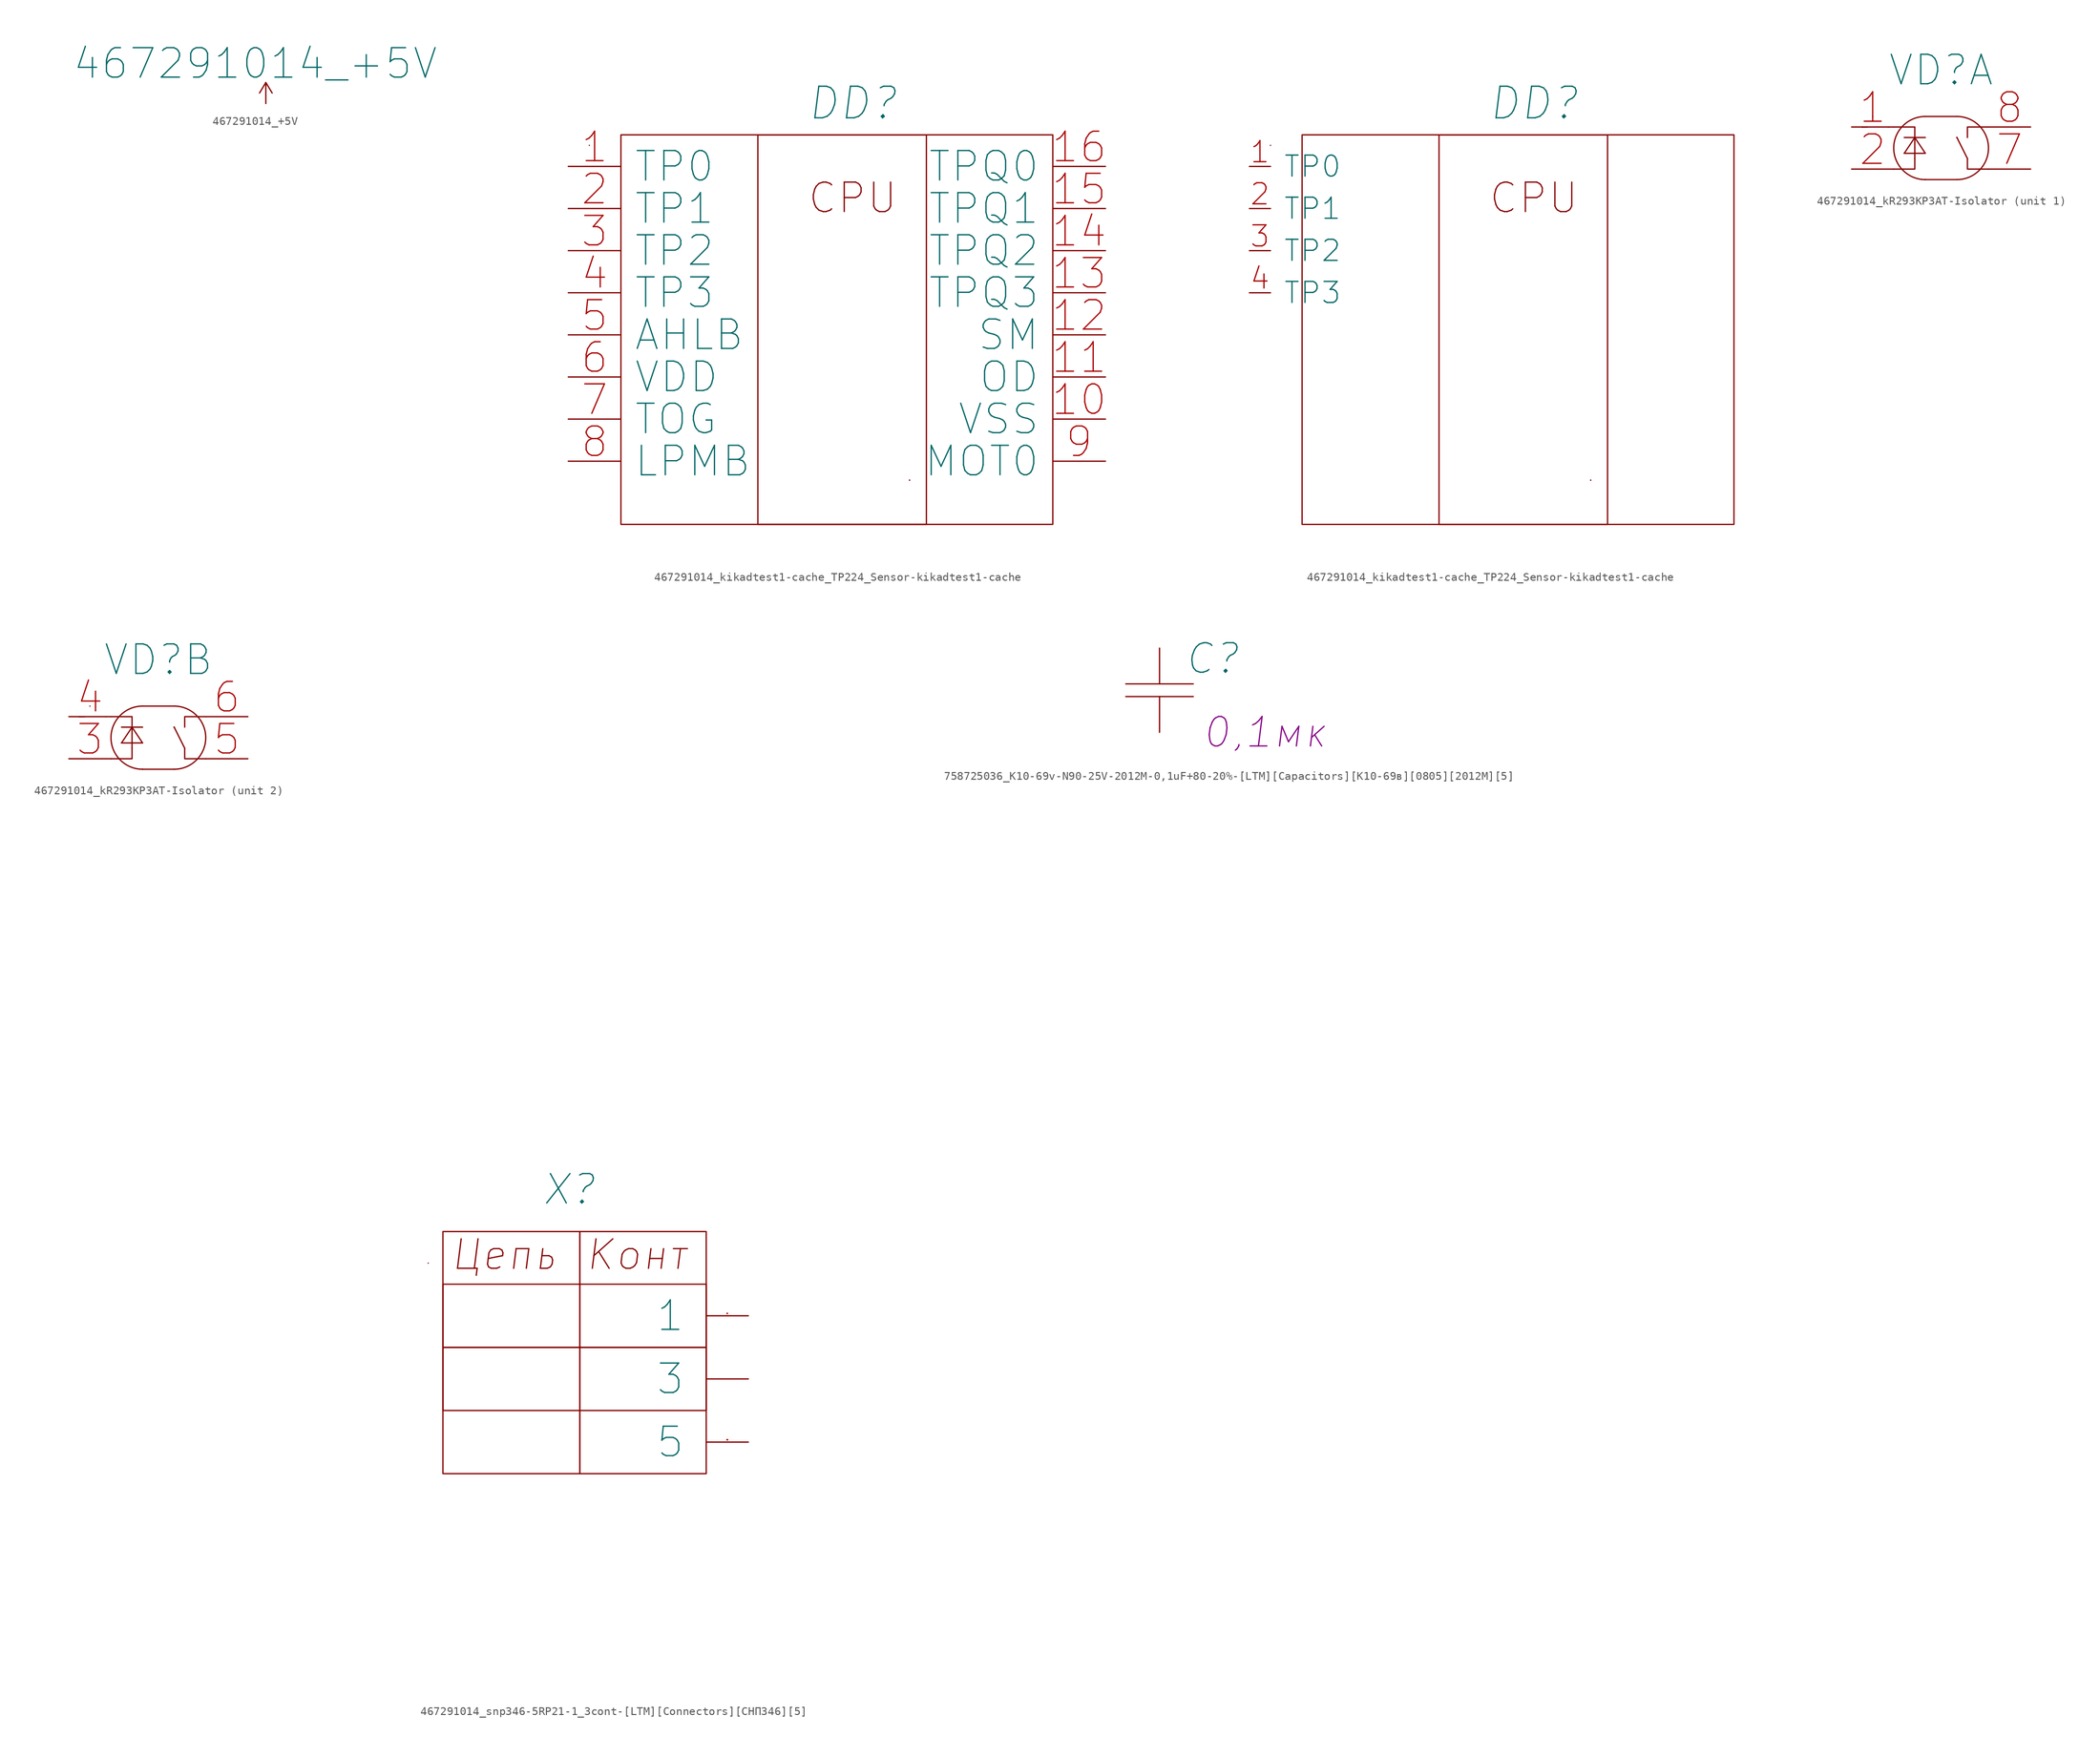
<source format=kicad_sym>
(kicad_symbol_lib
  (version 20210619)
  (generator kicad_symbol_editor)
  (symbol "467291014_+5V"
    (power)
    (pin_names
      (offset 0))
    (property "Reference" "#PWR"
      (at 0 -3.81 0)
      (effects (font (size 1.27 1.27)) hide))
    (property "Value" "467291014_+5V"
      (at -1.27 4.826 0)
      (effects (font (size 3.556 3.556))))
    (symbol "467291014_+5V_0_1"
      (polyline (pts (xy -0.762 1.27) (xy 0 2.54)) (stroke (width 0)) (fill (type none)))
      (polyline (pts (xy 0 0) (xy 0 2.54)) (stroke (width 0)) (fill (type none)))
      (polyline (pts (xy 0 2.54) (xy 0.762 1.27)) (stroke (width 0)) (fill (type none))))
    (symbol "467291014_+5V_1_1"
      (pin power_in line (at 0 0 90) (length 0) hide (name "+5V" (effects (font (size 1.27 1.27)))) (number "1" (effects (font (size 1.27 1.27)))))))
  (symbol "467291014_kikadtest1-cache_TP224_Sensor-kikadtest1-cache"
    (pin_names
      (offset 1.524))
    (property "Reference" "DD"
      (at 34.29 7.62 0)
      (effects (font (size 3.81 3.81) italic)))
    (symbol "467291014_kikadtest1-cache_TP224_Sensor-kikadtest1-cache_0_0"
      (text "CPU" (at 34.29 -3.81 0) (effects (font (size 3.556 3.556))))
      (rectangle (start 2.54 2.54) (end 2.54 2.54) (stroke (width 0)) (fill (type none)))
      (rectangle (start 6.35 -43.18) (end 58.42 3.81) (stroke (width 0)) (fill (type none)))
      (rectangle (start 22.86 -43.18) (end 43.18 3.81) (stroke (width 0)) (fill (type none)))
      (rectangle (start 41.148 -37.846) (end 41.148 -37.846) (stroke (width 0)) (fill (type none)))
      (rectangle (start 41.148 -37.846) (end 41.148 -37.846) (stroke (width 0)) (fill (type none))))
    (symbol "467291014_kikadtest1-cache_TP224_Sensor-kikadtest1-cache_0_1"
      (pin input line (at 64.77 -30.48 180) (length 6.35) (name "VSS" (effects (font (size 3.556 3.556)))) (number "10" (effects (font (size 3.556 3.556)))))
      (pin input line (at 64.77 -25.4 180) (length 6.35) (name "OD" (effects (font (size 3.556 3.556)))) (number "11" (effects (font (size 3.556 3.556)))))
      (pin input line (at 64.77 -20.32 180) (length 6.35) (name "SM" (effects (font (size 3.556 3.556)))) (number "12" (effects (font (size 3.556 3.556)))))
      (pin input line (at 64.77 -15.24 180) (length 6.35) (name "TPQ3" (effects (font (size 3.556 3.556)))) (number "13" (effects (font (size 3.556 3.556)))))
      (pin input line (at 64.77 -10.16 180) (length 6.35) (name "TPQ2" (effects (font (size 3.556 3.556)))) (number "14" (effects (font (size 3.556 3.556)))))
      (pin input line (at 64.77 -5.08 180) (length 6.35) (name "TPQ1" (effects (font (size 3.556 3.556)))) (number "15" (effects (font (size 3.556 3.556)))))
      (pin input line (at 64.77 0 180) (length 6.35) (name "TPQ0" (effects (font (size 3.556 3.556)))) (number "16" (effects (font (size 3.556 3.556)))))
      (pin input line (at 0 -5.08 0) (length 6.35) (name "TP1" (effects (font (size 3.556 3.556)))) (number "2" (effects (font (size 3.556 3.556)))))
      (pin input line (at 0 -10.16 0) (length 6.35) (name "TP2" (effects (font (size 3.556 3.556)))) (number "3" (effects (font (size 3.556 3.556)))))
      (pin input line (at 0 -15.24 0) (length 6.35) (name "TP3" (effects (font (size 3.556 3.556)))) (number "4" (effects (font (size 3.556 3.556)))))
      (pin input line (at 0 -20.32 0) (length 6.35) (name "AHLB" (effects (font (size 3.556 3.556)))) (number "5" (effects (font (size 3.556 3.556)))))
      (pin input line (at 0 -25.4 0) (length 6.35) (name "VDD" (effects (font (size 3.556 3.556)))) (number "6" (effects (font (size 3.556 3.556)))))
      (pin input line (at 0 -30.48 0) (length 6.35) (name "TOG" (effects (font (size 3.556 3.556)))) (number "7" (effects (font (size 3.556 3.556)))))
      (pin input line (at 0 -35.56 0) (length 6.35) (name "LPMB" (effects (font (size 3.556 3.556)))) (number "8" (effects (font (size 3.556 3.556)))))
      (pin input line (at 64.77 -35.56 180) (length 6.35) (name "MOT0" (effects (font (size 3.556 3.556)))) (number "9" (effects (font (size 3.556 3.556))))))
    (symbol "467291014_kikadtest1-cache_TP224_Sensor-kikadtest1-cache_0_2"
      (pin input line (at 0 -5.08 0) (length 2.54) (name "TP1" (effects (font (size 2.54 2.54)))) (number "2" (effects (font (size 2.54 2.54)))))
      (pin input line (at 0 -10.16 0) (length 2.54) (name "TP2" (effects (font (size 2.54 2.54)))) (number "3" (effects (font (size 2.54 2.54)))))
      (pin input line (at 0 -15.24 0) (length 2.54) (name "TP3" (effects (font (size 2.54 2.54)))) (number "4" (effects (font (size 2.54 2.54))))))
    (symbol "467291014_kikadtest1-cache_TP224_Sensor-kikadtest1-cache_1_1"
      (pin input line (at 0 0 0) (length 6.35) (name "TP0" (effects (font (size 3.556 3.556)))) (number "1" (effects (font (size 3.556 3.556))))))
    (symbol "467291014_kikadtest1-cache_TP224_Sensor-kikadtest1-cache_1_2"
      (pin input line (at 0 0 0) (length 2.54) (name "TP0" (effects (font (size 2.54 2.54)))) (number "1" (effects (font (size 2.54 2.54)))))))
  (symbol "467291014_kR293KP3AT-Isolator"
    (pin_names
      (offset 1.016))
    (property "Reference" "VD"
      (at 10.795 6.858 0)
      (effects (font (size 3.556 3.556))))
    (symbol "467291014_kR293KP3AT-Isolator_0_1"
      (arc (start 8.89 1.27) (end 8.89 -6.35) (radius (at 8.89 -2.54) (length 3.81) (angles 90.1 -90.1)) (stroke (width 0)) (fill (type none)))
      (arc (start 12.7 -6.35) (end 12.7 1.27) (radius (at 12.7 -2.54) (length 3.81) (angles -89.9 89.9)) (stroke (width 0)) (fill (type none)))
      (polyline (pts (xy 1.27 0) (xy 1.27 0)) (stroke (width 0)) (fill (type none)))
      (polyline (pts (xy 1.27 0) (xy 1.27 0)) (stroke (width 0)) (fill (type none)))
      (polyline (pts (xy 1.905 0) (xy 1.27 0)) (stroke (width 0)) (fill (type none)))
      (polyline (pts (xy 2.54 1.27) (xy 2.54 1.27)) (stroke (width 0)) (fill (type none)))
      (polyline (pts (xy 4.445 0) (xy 4.445 0)) (stroke (width 0)) (fill (type none)))
      (polyline (pts (xy 4.445 0) (xy 4.445 0)) (stroke (width 0)) (fill (type none)))
      (polyline (pts (xy 6.35 -3.175) (xy 6.35 -3.175)) (stroke (width 0)) (fill (type none)))
      (polyline (pts (xy 6.35 -1.27) (xy 8.89 -1.27)) (stroke (width 0)) (fill (type none)))
      (polyline (pts (xy 7.62 -1.27) (xy 6.35 -3.175)) (stroke (width 0)) (fill (type none)))
      (polyline (pts (xy 7.62 -1.27) (xy 7.62 -3.81)) (stroke (width 0)) (fill (type none)))
      (polyline (pts (xy 7.62 -1.27) (xy 7.62 -1.27)) (stroke (width 0)) (fill (type none)))
      (polyline (pts (xy 8.89 -6.35) (xy 8.89 -6.35)) (stroke (width 0)) (fill (type none)))
      (polyline (pts (xy 8.89 -6.35) (xy 12.7 -6.35)) (stroke (width 0)) (fill (type none)))
      (polyline (pts (xy 8.89 -3.175) (xy 6.35 -3.175)) (stroke (width 0)) (fill (type none)))
      (polyline (pts (xy 8.89 -3.175) (xy 7.62 -1.27)) (stroke (width 0)) (fill (type none)))
      (polyline (pts (xy 12.7 -1.27) (xy 12.7 -1.27)) (stroke (width 0)) (fill (type none)))
      (polyline (pts (xy 12.7 -1.27) (xy 12.7 -1.27)) (stroke (width 0)) (fill (type none)))
      (polyline (pts (xy 12.7 -1.27) (xy 12.7 -1.27)) (stroke (width 0)) (fill (type none)))
      (polyline (pts (xy 12.7 -1.27) (xy 12.7 -1.27)) (stroke (width 0)) (fill (type none)))
      (polyline (pts (xy 12.7 -1.27) (xy 12.7 -1.27)) (stroke (width 0)) (fill (type none)))
      (polyline (pts (xy 12.7 -1.27) (xy 12.7 -1.27)) (stroke (width 0)) (fill (type none)))
      (polyline (pts (xy 12.7 1.27) (xy 8.89 1.27)) (stroke (width 0)) (fill (type none)))
      (polyline (pts (xy 13.97 -3.81) (xy 12.7 -1.27)) (stroke (width 0)) (fill (type none)))
      (polyline (pts (xy 5.08 -5.08) (xy 7.62 -5.08) (xy 7.62 -3.81)) (stroke (width 0)) (fill (type none)))
      (polyline (pts (xy 5.08 0) (xy 7.62 0) (xy 7.62 -1.27)) (stroke (width 0)) (fill (type none)))
      (polyline (pts (xy 16.51 -5.08) (xy 13.97 -5.08) (xy 13.97 -3.81)) (stroke (width 0)) (fill (type none)))
      (polyline (pts (xy 16.51 0) (xy 13.97 0) (xy 13.97 -1.27)) (stroke (width 0)) (fill (type none))))
    (symbol "467291014_kR293KP3AT-Isolator_1_1"
      (pin input line (at 0 0 0) (length 5.08) (name "~" (effects (font (size 3.556 3.556)))) (number "1" (effects (font (size 3.556 3.556)))))
      (pin input line (at 0 -5.08 0) (length 5.08) (name "~" (effects (font (size 3.556 3.556)))) (number "2" (effects (font (size 3.556 3.556)))))
      (pin input line (at 21.59 -5.08 180) (length 5.08) (name "~" (effects (font (size 3.556 3.556)))) (number "7" (effects (font (size 3.556 3.556)))))
      (pin input line (at 21.59 0 180) (length 5.08) (name "~" (effects (font (size 3.556 3.556)))) (number "8" (effects (font (size 3.556 3.556))))))
    (symbol "467291014_kR293KP3AT-Isolator_2_1"
      (pin input line (at 0 -5.08 0) (length 5.08) (name "~" (effects (font (size 3.556 3.556)))) (number "3" (effects (font (size 3.556 3.556)))))
      (pin input line (at 0 0 0) (length 5.08) (name "~" (effects (font (size 3.556 3.556)))) (number "4" (effects (font (size 3.556 3.556)))))
      (pin input line (at 21.59 -5.08 180) (length 5.08) (name "~" (effects (font (size 3.556 3.556)))) (number "5" (effects (font (size 3.556 3.556)))))
      (pin input line (at 21.59 0 180) (length 5.08) (name "~" (effects (font (size 3.556 3.556)))) (number "6" (effects (font (size 3.556 3.556)))))))
  (symbol "467291014_snp346-5RP21-1_3cont-[LTM][Connectors][СНП346][5]"
    (pin_names
      (offset 2.54))
    (property "Reference" "X"
      (at -21.59 15.24 0)
      (effects (font (size 3.556 3.556) italic)))
    (property "PIN1" "  "
      (at -8.89 5.334 0)
      (effects (font (size 2.007 2.007) italic)))
    (property "PIN2" "   "
      (at -41.91 0 0)
      (effects (font (size 2.007 2.007) italic)))
    (property "PIN3" " "
      (at -41.91 -5.08 0)
      (effects (font (size 2.007 2.007) italic)))
    (property "PIN4" "  "
      (at -44.45 71.12 0)
      (effects (font (size 2.007 2.007) italic)))
    (property "PIN5" " "
      (at -44.45 66.04 0)
      (effects (font (size 2.007 2.007) italic)))
    (symbol "467291014_snp346-5RP21-1_3cont-[LTM][Connectors][СНП346][5]_0_0"
      (pin passive line (at 0 0 180) (length 5.08) (name "1" (effects (font (size 3.556 3.556)))) (number "1" (effects (font (size 0.025 0.025)))))
      (pin passive line (at 0 -7.62 180) (length 5.08) (name "3" (effects (font (size 3.556 3.556)))) (number "3" (effects (font (size 0 0)))))
      (pin passive line (at 0 -15.24 180) (length 5.08) (name "5" (effects (font (size 3.556 3.556)))) (number "5" (effects (font (size 0.025 0.025))))))
    (symbol "467291014_snp346-5RP21-1_3cont-[LTM][Connectors][СНП346][5]_1_1"
      (text " " (at 9.906 -12.7 0) (effects (font (size 2.007 2.007) italic)))
      (text " " (at 9.906 -7.62 0) (effects (font (size 2.007 2.007) italic)))
      (text " " (at 9.906 -2.54 0) (effects (font (size 2.007 2.007) italic)))
      (text " " (at 9.906 2.54 0) (effects (font (size 2.007 2.007) italic)))
      (text " " (at 9.906 17.78 0) (effects (font (size 2.007 2.007) italic)))
      (text " " (at 12.446 -34.29 0) (effects (font (size 2.007 2.007) italic)))
      (text " " (at 12.446 -29.21 0) (effects (font (size 2.007 2.007) italic)))
      (text " " (at 12.446 -24.13 0) (effects (font (size 2.007 2.007) italic)))
      (text "Конт" (at -13.462 7.366 0) (effects (font (size 3.556 3.556) italic)))
      (text "Цепь" (at -29.464 7.366 0) (effects (font (size 3.556 3.556) italic)))
      (rectangle (start -38.608 6.35) (end -38.608 6.35) (stroke (width 0)) (fill (type none)))
      (rectangle (start -36.83 -3.81) (end -5.08 -11.43) (stroke (width 0)) (fill (type none)))
      (rectangle (start -36.83 3.81) (end -5.08 -3.81) (stroke (width 0)) (fill (type none)))
      (rectangle (start -36.83 10.16) (end -20.32 -19.05) (stroke (width 0)) (fill (type none)))
      (rectangle (start -20.32 10.16) (end -5.08 -19.05) (stroke (width 0)) (fill (type none)))))
  (symbol "758725036_K10-69v-N90-25V-2012M-0,1uF+80-20%-[LTM][Capacitors][К10-69в][0805][2012M][5]"
    (pin_numbers hide)
    (pin_names
      (offset 0) hide)
    (property "Reference" "C"
      (at 6.35 3.81 0)
      (effects (font (size 3.556 3.556) italic)))
    (property "ValueName" "0,1мк"
      (at 12.7 -5.08 0)
      (effects (font (size 3.556 3.556) italic)))
    (symbol "758725036_K10-69v-N90-25V-2012M-0,1uF+80-20%-[LTM][Capacitors][К10-69в][0805][2012M][5]_0_1"
      (polyline (pts (xy -4.064 -0.762) (xy 4.064 -0.762)) (stroke (width 0)) (fill (type none)))
      (polyline (pts (xy -4.064 0.762) (xy 4.064 0.762)) (stroke (width 0)) (fill (type none))))
    (symbol "758725036_K10-69v-N90-25V-2012M-0,1uF+80-20%-[LTM][Capacitors][К10-69в][0805][2012M][5]_1_1"
      (pin passive line (at 0 -5.08 90) (length 4.318) (name "~" (effects (font (size 2.54 2.54)))) (number "1" (effects (font (size 2.54 2.54)))))
      (pin passive line (at 0 5.08 270) (length 4.318) (name "~" (effects (font (size 2.54 2.54)))) (number "2" (effects (font (size 2.54 2.54))))))))
</source>
